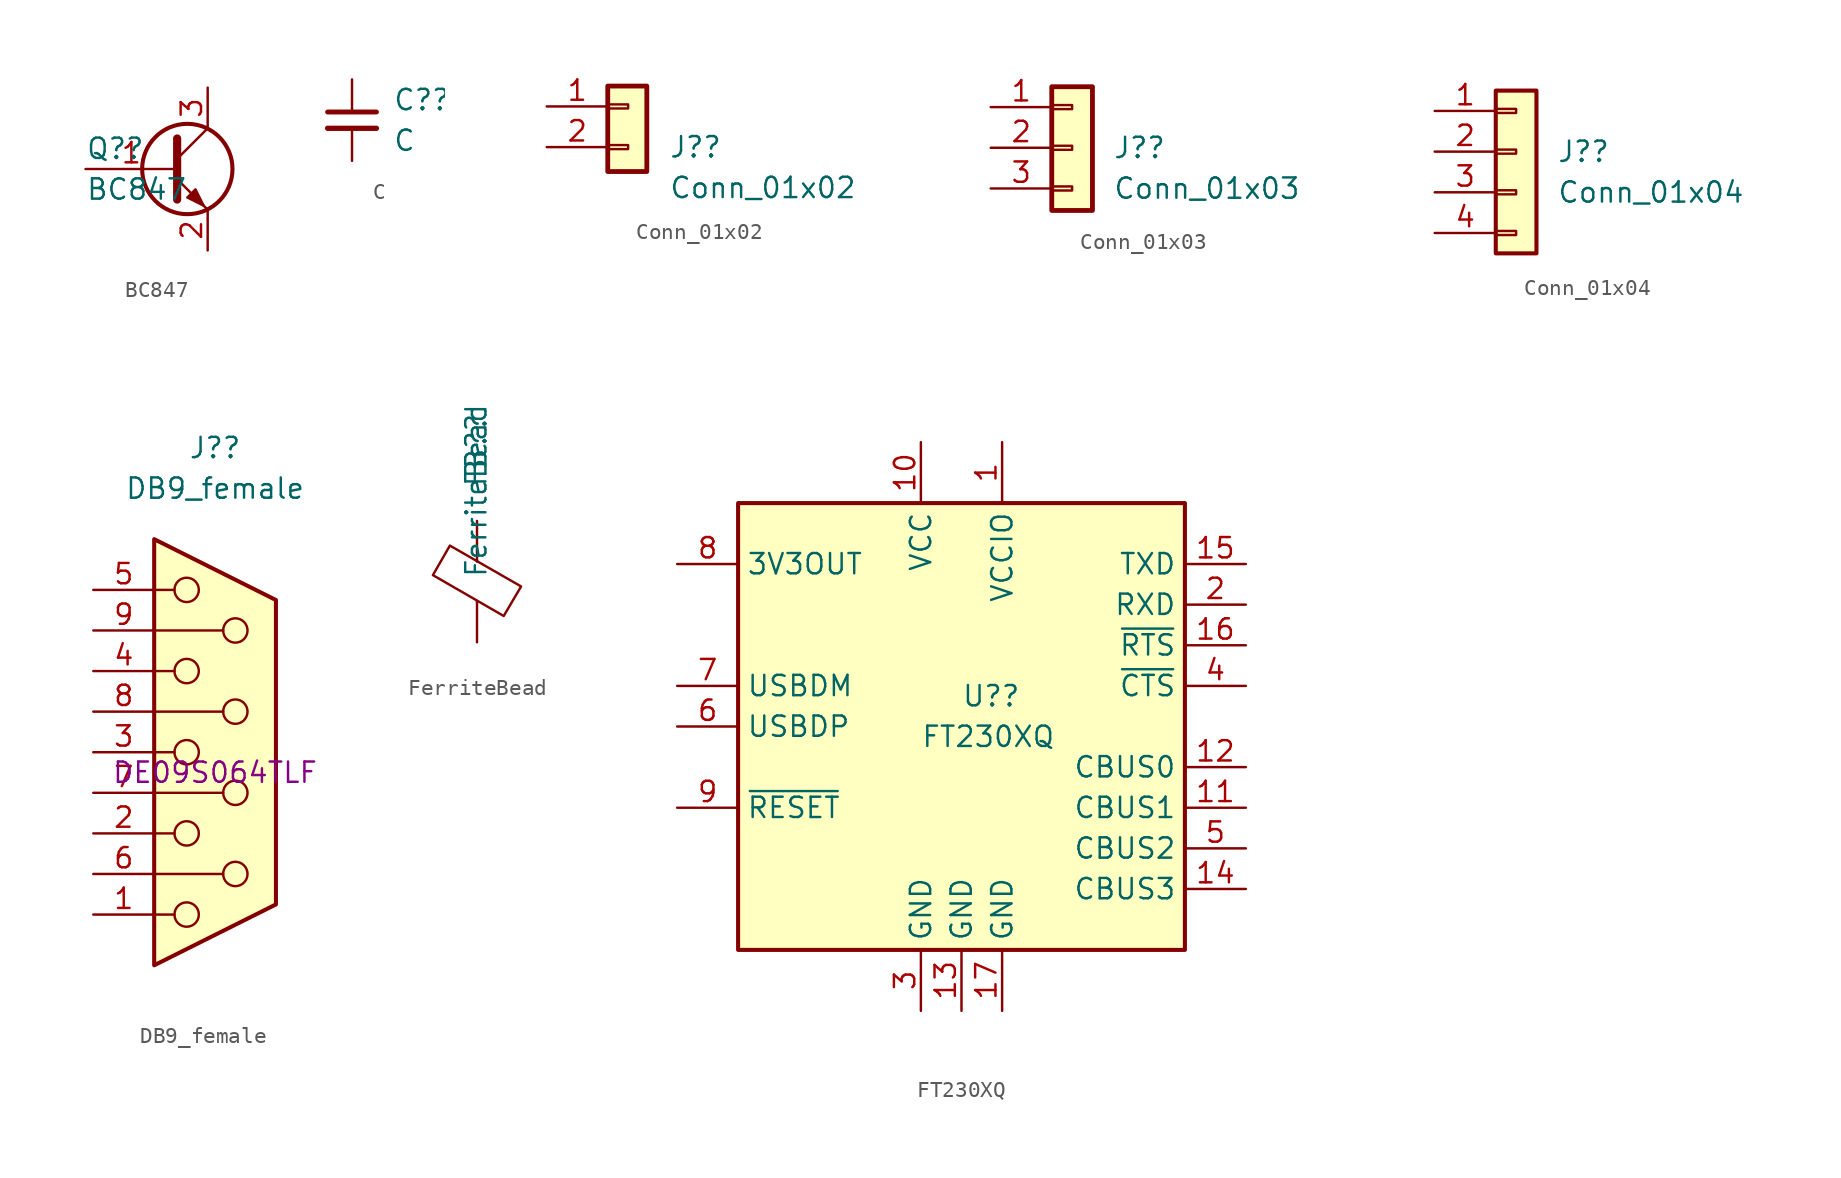
<source format=kicad_sym>
(kicad_symbol_lib
  (version 20211014)
  (generator kicad_symbol_editor)
  (symbol "BC847"
    (pin_names
      (offset 0) hide)
    (property "Reference" "Q?"
      (at -5.08 1.27 0)
      (effects (font (size 1.27 1.27)) (justify left)))
    (property "Value" "BC847"
      (at -5.08 -1.27 0)
      (effects (font (size 1.27 1.27)) (justify left)))
    (symbol "BC847_0_1"
      (polyline (pts (xy 0.635 0.635) (xy 2.54 2.54)) (stroke (width 0) (type default) (color 0 0 0 0)) (fill (type none)))
      (polyline (pts (xy 0.635 -0.635) (xy 2.54 -2.54) (xy 2.54 -2.54)) (stroke (width 0) (type default) (color 0 0 0 0)) (fill (type none)))
      (polyline (pts (xy 0.635 1.905) (xy 0.635 -1.905) (xy 0.635 -1.905)) (stroke (width 0.508) (type default) (color 0 0 0 0)) (fill (type none)))
      (polyline (pts (xy 1.27 -1.778) (xy 1.778 -1.27) (xy 2.286 -2.286) (xy 1.27 -1.778) (xy 1.27 -1.778)) (stroke (width 0) (type default) (color 0 0 0 0)) (fill (type outline)))
      (circle (center 1.27 0) (radius 2.819) (stroke (width 0.254) (type default) (color 0 0 0 0)) (fill (type none))))
    (symbol "BC847_1_1"
      (pin input line (at -5.08 0 0) (length 5.715) (name "B" (effects (font (size 1.27 1.27)))) (number "1" (effects (font (size 1.27 1.27)))))
      (pin passive line (at 2.54 -5.08 90) (length 2.54) (name "E" (effects (font (size 1.27 1.27)))) (number "2" (effects (font (size 1.27 1.27)))))
      (pin passive line (at 2.54 5.08 270) (length 2.54) (name "C" (effects (font (size 1.27 1.27)))) (number "3" (effects (font (size 1.27 1.27)))))))
  (symbol "C"
    (pin_numbers hide)
    (pin_names
      (offset 0.254) hide)
    (property "Reference" "C?"
      (at 2.54 1.264 0)
      (effects (font (size 1.27 1.27)) (justify left)))
    (property "Value" "C"
      (at 2.54 -1.276 0)
      (effects (font (size 1.27 1.27)) (justify left)))
    (symbol "C_0_1"
      (polyline (pts (xy -1.524 -0.508) (xy 1.524 -0.508)) (stroke (width 0.33) (type default) (color 0 0 0 0)) (fill (type none)))
      (polyline (pts (xy -1.524 0.508) (xy 1.524 0.508)) (stroke (width 0.305) (type default) (color 0 0 0 0)) (fill (type none))))
    (symbol "C_1_1"
      (pin passive line (at 0 2.54 270) (length 2.032) (name "~" (effects (font (size 1.27 1.27)))) (number "1" (effects (font (size 1.27 1.27)))))
      (pin passive line (at 0 -2.54 90) (length 2.032) (name "~" (effects (font (size 1.27 1.27)))) (number "2" (effects (font (size 1.27 1.27)))))))
  (symbol "Conn_01x02"
    (pin_names
      (offset 1.016) hide)
    (property "Reference" "J?"
      (at 2.54 0.0001 0)
      (effects (font (size 1.27 1.27)) (justify left)))
    (property "Value" "Conn_01x02"
      (at 2.54 -2.54 0)
      (effects (font (size 1.27 1.27)) (justify left)))
    (symbol "Conn_01x02_0_1"
      (rectangle (start -1.27 3.81) (end 1.168 -1.524) (stroke (width 0.3) (type default) (color 0 0 0 0)) (fill (type background))))
    (symbol "Conn_01x02_1_1"
      (rectangle (start -1.27 0.127) (end 0 -0.127) (stroke (width 0.152) (type default) (color 0 0 0 0)) (fill (type none)))
      (rectangle (start -1.27 2.667) (end 0 2.413) (stroke (width 0.152) (type default) (color 0 0 0 0)) (fill (type none)))
      (pin passive line (at -5.08 2.54 0) (length 3.81) (name "Pin_1" (effects (font (size 1.27 1.27)))) (number "1" (effects (font (size 1.27 1.27)))))
      (pin passive line (at -5.08 0 0) (length 3.81) (name "Pin_2" (effects (font (size 1.27 1.27)))) (number "2" (effects (font (size 1.27 1.27)))))))
  (symbol "Conn_01x03"
    (pin_names
      (offset 1.016) hide)
    (property "Reference" "J?"
      (at 2.54 0.0001 0)
      (effects (font (size 1.27 1.27)) (justify left)))
    (property "Value" "Conn_01x03"
      (at 2.54 -2.54 0)
      (effects (font (size 1.27 1.27)) (justify left)))
    (symbol "Conn_01x03_0_1"
      (rectangle (start -1.27 3.81) (end 1.27 -3.912) (stroke (width 0.3) (type default) (color 0 0 0 0)) (fill (type background))))
    (symbol "Conn_01x03_1_1"
      (rectangle (start -1.27 -2.413) (end 0 -2.667) (stroke (width 0.152) (type default) (color 0 0 0 0)) (fill (type none)))
      (rectangle (start -1.27 0.127) (end 0 -0.127) (stroke (width 0.152) (type default) (color 0 0 0 0)) (fill (type none)))
      (rectangle (start -1.27 2.667) (end 0 2.413) (stroke (width 0.152) (type default) (color 0 0 0 0)) (fill (type none)))
      (pin passive line (at -5.08 2.54 0) (length 3.81) (name "Pin_1" (effects (font (size 1.27 1.27)))) (number "1" (effects (font (size 1.27 1.27)))))
      (pin passive line (at -5.08 0 0) (length 3.81) (name "Pin_2" (effects (font (size 1.27 1.27)))) (number "2" (effects (font (size 1.27 1.27)))))
      (pin passive line (at -5.08 -2.54 0) (length 3.81) (name "Pin_3" (effects (font (size 1.27 1.27)))) (number "3" (effects (font (size 1.27 1.27)))))))
  (symbol "Conn_01x04"
    (pin_names
      (offset 1.016) hide)
    (property "Reference" "J?"
      (at 2.54 0.0001 0)
      (effects (font (size 1.27 1.27)) (justify left)))
    (property "Value" "Conn_01x04"
      (at 2.54 -2.54 0)
      (effects (font (size 1.27 1.27)) (justify left)))
    (symbol "Conn_01x04_1_1"
      (rectangle (start -1.27 -4.953) (end 0 -5.207) (stroke (width 0.152) (type default) (color 0 0 0 0)) (fill (type none)))
      (rectangle (start -1.27 -2.413) (end 0 -2.667) (stroke (width 0.152) (type default) (color 0 0 0 0)) (fill (type none)))
      (rectangle (start -1.27 0.127) (end 0 -0.127) (stroke (width 0.152) (type default) (color 0 0 0 0)) (fill (type none)))
      (rectangle (start -1.27 2.667) (end 0 2.413) (stroke (width 0.152) (type default) (color 0 0 0 0)) (fill (type none)))
      (rectangle (start -1.27 3.81) (end 1.27 -6.35) (stroke (width 0.254) (type default) (color 0 0 0 0)) (fill (type background)))
      (pin passive line (at -5.08 2.54 0) (length 3.81) (name "Pin_1" (effects (font (size 1.27 1.27)))) (number "1" (effects (font (size 1.27 1.27)))))
      (pin passive line (at -5.08 0 0) (length 3.81) (name "Pin_2" (effects (font (size 1.27 1.27)))) (number "2" (effects (font (size 1.27 1.27)))))
      (pin passive line (at -5.08 -2.54 0) (length 3.81) (name "Pin_3" (effects (font (size 1.27 1.27)))) (number "3" (effects (font (size 1.27 1.27)))))
      (pin passive line (at -5.08 -5.08 0) (length 3.81) (name "Pin_4" (effects (font (size 1.27 1.27)))) (number "4" (effects (font (size 1.27 1.27)))))))
  (symbol "DB9_female"
    (pin_names
      (offset 1.016) hide)
    (property "Reference" "J?"
      (at 0 19.05 0)
      (effects (font (size 1.27 1.27))))
    (property "Value" "DB9_female"
      (at 0 16.51 0)
      (effects (font (size 1.27 1.27))))
    (property "MPN" "DE09S064TLF"
      (at 0 -1.27 0)
      (effects (font (size 1.27 1.27))))
    (symbol "DB9_female_0_1"
      (circle (center -1.778 -10.16) (radius 0.762) (stroke (width 0) (type default) (color 0 0 0 0)) (fill (type none)))
      (circle (center -1.778 -5.08) (radius 0.762) (stroke (width 0) (type default) (color 0 0 0 0)) (fill (type none)))
      (circle (center -1.778 0) (radius 0.762) (stroke (width 0) (type default) (color 0 0 0 0)) (fill (type none)))
      (circle (center -1.778 5.08) (radius 0.762) (stroke (width 0) (type default) (color 0 0 0 0)) (fill (type none)))
      (circle (center -1.778 10.16) (radius 0.762) (stroke (width 0) (type default) (color 0 0 0 0)) (fill (type none)))
      (polyline (pts (xy -3.81 -10.16) (xy -2.54 -10.16)) (stroke (width 0) (type default) (color 0 0 0 0)) (fill (type none)))
      (polyline (pts (xy -3.81 -7.62) (xy 0.508 -7.62)) (stroke (width 0) (type default) (color 0 0 0 0)) (fill (type none)))
      (polyline (pts (xy -3.81 -5.08) (xy -2.54 -5.08)) (stroke (width 0) (type default) (color 0 0 0 0)) (fill (type none)))
      (polyline (pts (xy -3.81 -2.54) (xy 0.508 -2.54)) (stroke (width 0) (type default) (color 0 0 0 0)) (fill (type none)))
      (polyline (pts (xy -3.81 0) (xy -2.54 0)) (stroke (width 0) (type default) (color 0 0 0 0)) (fill (type none)))
      (polyline (pts (xy -3.81 2.54) (xy 0.508 2.54)) (stroke (width 0) (type default) (color 0 0 0 0)) (fill (type none)))
      (polyline (pts (xy -3.81 5.08) (xy -2.54 5.08)) (stroke (width 0) (type default) (color 0 0 0 0)) (fill (type none)))
      (polyline (pts (xy -3.81 7.62) (xy 0.508 7.62)) (stroke (width 0) (type default) (color 0 0 0 0)) (fill (type none)))
      (polyline (pts (xy -3.81 10.16) (xy -2.54 10.16)) (stroke (width 0) (type default) (color 0 0 0 0)) (fill (type none)))
      (polyline (pts (xy -3.81 -13.335) (xy -3.81 13.335) (xy 3.81 9.525) (xy 3.81 -9.525) (xy -3.81 -13.335)) (stroke (width 0.254) (type default) (color 0 0 0 0)) (fill (type background)))
      (circle (center 1.27 -7.62) (radius 0.762) (stroke (width 0) (type default) (color 0 0 0 0)) (fill (type none)))
      (circle (center 1.27 -2.54) (radius 0.762) (stroke (width 0) (type default) (color 0 0 0 0)) (fill (type none)))
      (circle (center 1.27 2.54) (radius 0.762) (stroke (width 0) (type default) (color 0 0 0 0)) (fill (type none)))
      (circle (center 1.27 7.62) (radius 0.762) (stroke (width 0) (type default) (color 0 0 0 0)) (fill (type none))))
    (symbol "DB9_female_1_1"
      (pin passive line (at -7.62 -10.16 0) (length 3.81) (name "1" (effects (font (size 1.27 1.27)))) (number "1" (effects (font (size 1.27 1.27)))))
      (pin passive line (at -7.62 -5.08 0) (length 3.81) (name "2" (effects (font (size 1.27 1.27)))) (number "2" (effects (font (size 1.27 1.27)))))
      (pin passive line (at -7.62 0 0) (length 3.81) (name "3" (effects (font (size 1.27 1.27)))) (number "3" (effects (font (size 1.27 1.27)))))
      (pin passive line (at -7.62 5.08 0) (length 3.81) (name "4" (effects (font (size 1.27 1.27)))) (number "4" (effects (font (size 1.27 1.27)))))
      (pin passive line (at -7.62 10.16 0) (length 3.81) (name "5" (effects (font (size 1.27 1.27)))) (number "5" (effects (font (size 1.27 1.27)))))
      (pin passive line (at -7.62 -7.62 0) (length 3.81) (name "6" (effects (font (size 1.27 1.27)))) (number "6" (effects (font (size 1.27 1.27)))))
      (pin passive line (at -7.62 -2.54 0) (length 3.81) (name "7" (effects (font (size 1.27 1.27)))) (number "7" (effects (font (size 1.27 1.27)))))
      (pin passive line (at -7.62 2.54 0) (length 3.81) (name "8" (effects (font (size 1.27 1.27)))) (number "8" (effects (font (size 1.27 1.27)))))
      (pin passive line (at -7.62 7.62 0) (length 3.81) (name "9" (effects (font (size 1.27 1.27)))) (number "9" (effects (font (size 1.27 1.27)))))))
  (symbol "FerriteBead"
    (pin_numbers hide)
    (pin_names
      (offset 0))
    (property "Reference" "FB?"
      (at -0.051 8.255 90)
      (effects (font (size 1.27 1.27))))
    (property "Value" "FerriteBead"
      (at -0.051 5.715 90)
      (effects (font (size 1.27 1.27))))
    (symbol "FerriteBead_0_1"
      (polyline (pts (xy 0 -1.27) (xy 0 -1.219)) (stroke (width 0) (type default) (color 0 0 0 0)) (fill (type none)))
      (polyline (pts (xy 0 1.27) (xy 0 1.295)) (stroke (width 0) (type default) (color 0 0 0 0)) (fill (type none)))
      (polyline (pts (xy -2.769 0.406) (xy -1.702 2.261) (xy 2.769 -0.305) (xy 1.676 -2.159) (xy -2.769 0.406)) (stroke (width 0) (type default) (color 0 0 0 0)) (fill (type none))))
    (symbol "FerriteBead_1_1"
      (pin passive line (at 0 3.81 270) (length 2.54) (name "~" (effects (font (size 1.27 1.27)))) (number "1" (effects (font (size 1.27 1.27)))))
      (pin passive line (at 0 -3.81 90) (length 2.54) (name "~" (effects (font (size 1.27 1.27)))) (number "2" (effects (font (size 1.27 1.27)))))))
  (symbol "FT230XQ"
    (property "Reference" "U?"
      (at 0 1.905 0)
      (effects (font (size 1.27 1.27)) (justify left)))
    (property "Value" "FT230XQ"
      (at -2.54 -0.635 0)
      (effects (font (size 1.27 1.27)) (justify left)))
    (symbol "FT230XQ_0_1"
      (rectangle (start -13.97 13.97) (end 13.97 -13.97) (stroke (width 0.254) (type default) (color 0 0 0 0)) (fill (type background))))
    (symbol "FT230XQ_1_1"
      (pin power_in line (at 2.54 17.78 270) (length 3.81) (name "VCCIO" (effects (font (size 1.27 1.27)))) (number "1" (effects (font (size 1.27 1.27)))))
      (pin power_in line (at -2.54 17.78 270) (length 3.81) (name "VCC" (effects (font (size 1.27 1.27)))) (number "10" (effects (font (size 1.27 1.27)))))
      (pin bidirectional line (at 17.78 -5.08 180) (length 3.81) (name "CBUS1" (effects (font (size 1.27 1.27)))) (number "11" (effects (font (size 1.27 1.27)))))
      (pin bidirectional line (at 17.78 -2.54 180) (length 3.81) (name "CBUS0" (effects (font (size 1.27 1.27)))) (number "12" (effects (font (size 1.27 1.27)))))
      (pin power_in line (at 0 -17.78 90) (length 3.81) (name "GND" (effects (font (size 1.27 1.27)))) (number "13" (effects (font (size 1.27 1.27)))))
      (pin bidirectional line (at 17.78 -10.16 180) (length 3.81) (name "CBUS3" (effects (font (size 1.27 1.27)))) (number "14" (effects (font (size 1.27 1.27)))))
      (pin output line (at 17.78 10.16 180) (length 3.81) (name "TXD" (effects (font (size 1.27 1.27)))) (number "15" (effects (font (size 1.27 1.27)))))
      (pin output line (at 17.78 5.08 180) (length 3.81) (name "~{RTS}" (effects (font (size 1.27 1.27)))) (number "16" (effects (font (size 1.27 1.27)))))
      (pin power_in line (at 2.54 -17.78 90) (length 3.81) (name "GND" (effects (font (size 1.27 1.27)))) (number "17" (effects (font (size 1.27 1.27)))))
      (pin input line (at 17.78 7.62 180) (length 3.81) (name "RXD" (effects (font (size 1.27 1.27)))) (number "2" (effects (font (size 1.27 1.27)))))
      (pin power_in line (at -2.54 -17.78 90) (length 3.81) (name "GND" (effects (font (size 1.27 1.27)))) (number "3" (effects (font (size 1.27 1.27)))))
      (pin input line (at 17.78 2.54 180) (length 3.81) (name "~{CTS}" (effects (font (size 1.27 1.27)))) (number "4" (effects (font (size 1.27 1.27)))))
      (pin bidirectional line (at 17.78 -7.62 180) (length 3.81) (name "CBUS2" (effects (font (size 1.27 1.27)))) (number "5" (effects (font (size 1.27 1.27)))))
      (pin bidirectional line (at -17.78 0 0) (length 3.81) (name "USBDP" (effects (font (size 1.27 1.27)))) (number "6" (effects (font (size 1.27 1.27)))))
      (pin bidirectional line (at -17.78 2.54 0) (length 3.81) (name "USBDM" (effects (font (size 1.27 1.27)))) (number "7" (effects (font (size 1.27 1.27)))))
      (pin power_out line (at -17.78 10.16 0) (length 3.81) (name "3V3OUT" (effects (font (size 1.27 1.27)))) (number "8" (effects (font (size 1.27 1.27)))))
      (pin input line (at -17.78 -5.08 0) (length 3.81) (name "~{RESET}" (effects (font (size 1.27 1.27)))) (number "9" (effects (font (size 1.27 1.27))))))))
</source>
